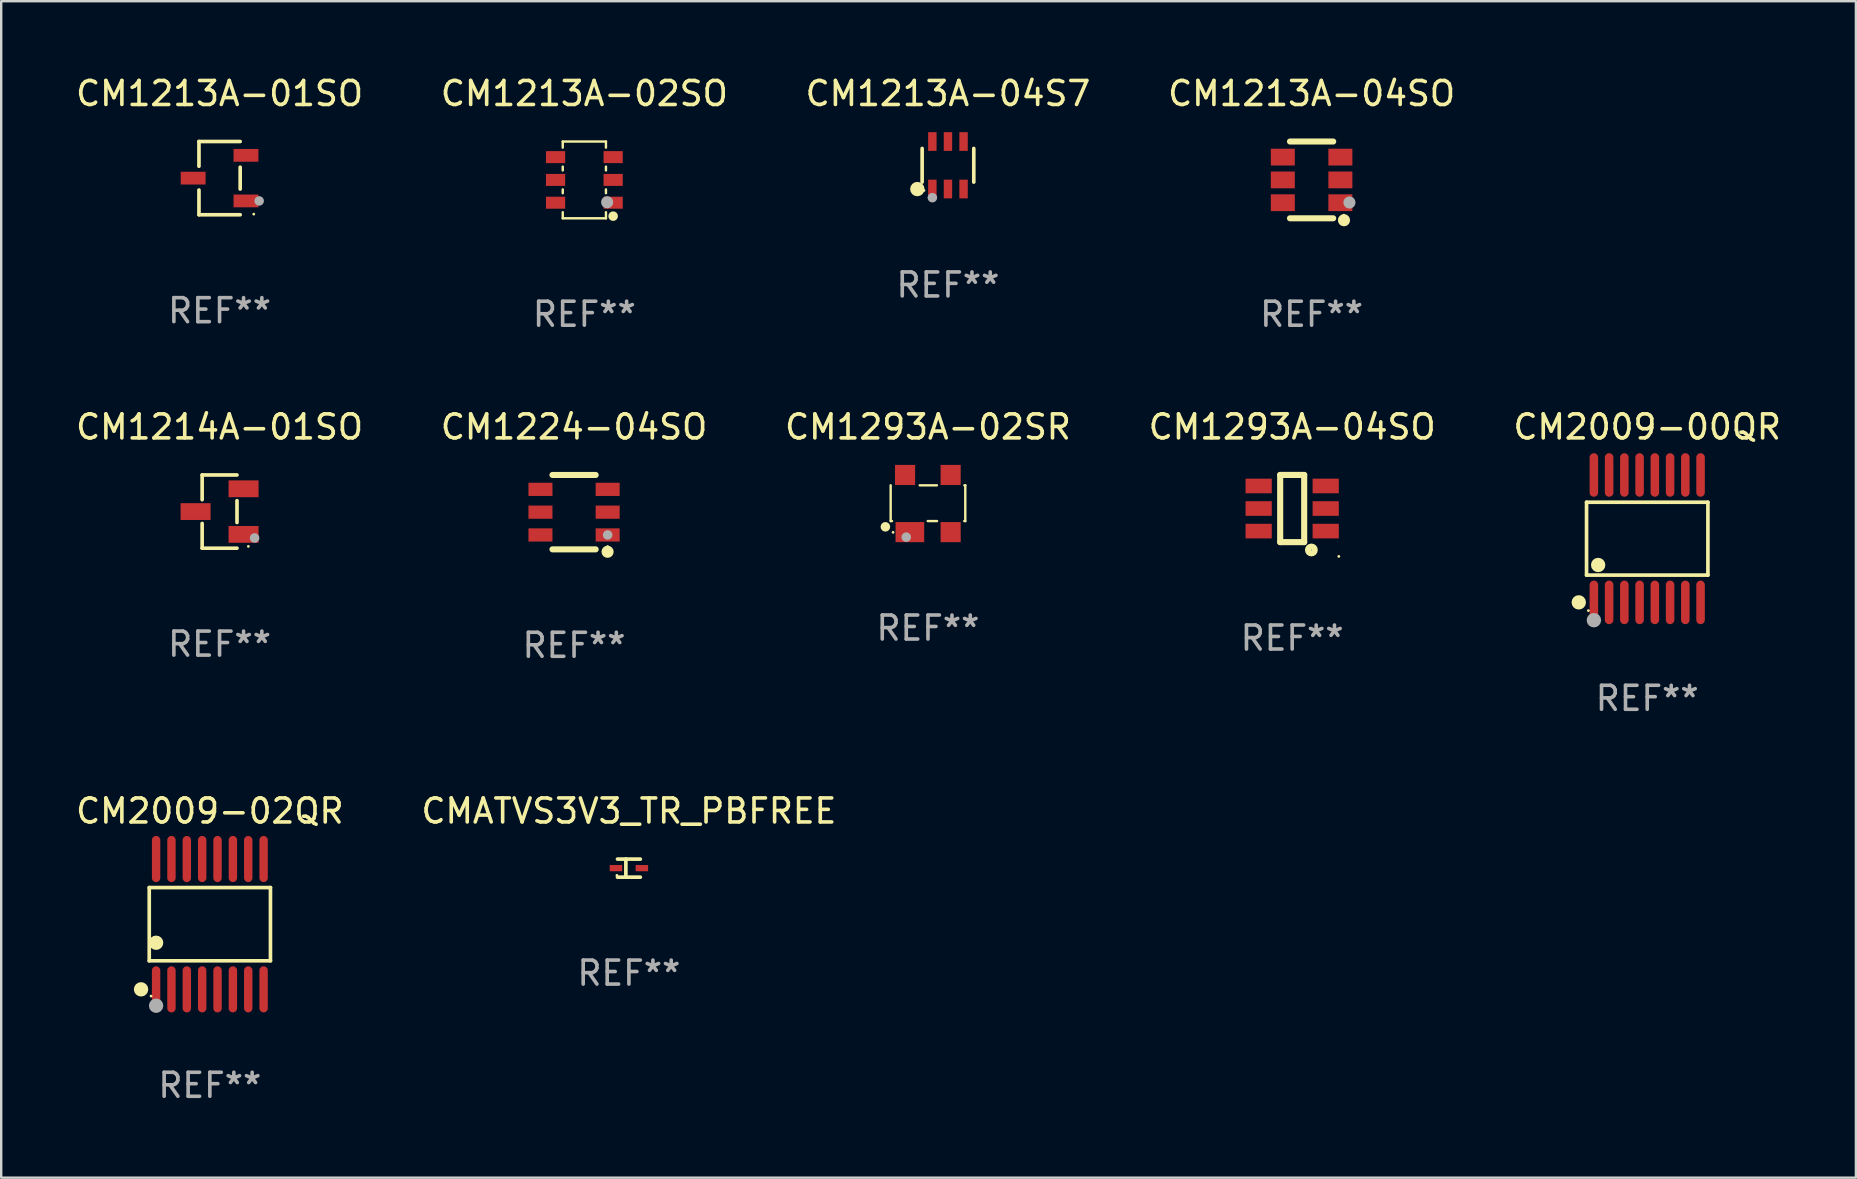
<source format=kicad_pcb>
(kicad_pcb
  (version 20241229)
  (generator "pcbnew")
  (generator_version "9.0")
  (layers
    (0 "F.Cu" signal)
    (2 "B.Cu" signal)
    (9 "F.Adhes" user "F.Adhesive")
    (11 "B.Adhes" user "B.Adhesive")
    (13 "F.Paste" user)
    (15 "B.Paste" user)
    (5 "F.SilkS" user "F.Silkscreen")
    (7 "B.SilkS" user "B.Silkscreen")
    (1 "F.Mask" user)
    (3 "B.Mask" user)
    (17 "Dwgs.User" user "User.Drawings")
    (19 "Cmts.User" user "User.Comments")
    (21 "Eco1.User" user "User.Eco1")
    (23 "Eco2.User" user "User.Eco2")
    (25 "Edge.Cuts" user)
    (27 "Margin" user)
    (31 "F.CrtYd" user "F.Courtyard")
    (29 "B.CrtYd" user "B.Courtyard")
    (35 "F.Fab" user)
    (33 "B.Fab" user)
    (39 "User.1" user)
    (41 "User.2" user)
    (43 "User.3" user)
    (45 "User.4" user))
  (footprint "CM1293A-02SR"
    (layer "F.Cu")
    (at 35.625 17.936)
    (property "Reference" "CM1293A-02SR" (at 0 -3.191 0) (layer "F.SilkS") (effects (font (size 1 1) (thickness 0.15))))
    (attr through_hole)
    (fp_line (start -1.555 0.73) (end -1.555 -0.76) (stroke (width 0.1) (type solid)) (layer "F.SilkS"))
    (fp_line (start -1.5 0.73) (end -1.555 0.73) (stroke (width 0.1) (type solid)) (layer "F.SilkS"))
    (fp_line (start -0.345 -0.76) (end 0.372 -0.76) (stroke (width 0.1) (type solid)) (layer "F.SilkS"))
    (fp_line (start 0.378 0.73) (end -0.01 0.73) (stroke (width 0.1) (type solid)) (layer "F.SilkS"))
    (fp_line (start 1.518 -0.76) (end 1.555 -0.76) (stroke (width 0.1) (type solid)) (layer "F.SilkS"))
    (fp_line (start 1.555 -0.76) (end 1.555 0.73) (stroke (width 0.1) (type solid)) (layer "F.SilkS"))
    (fp_line (start 1.555 0.73) (end 1.512 0.73) (stroke (width 0.1) (type solid)) (layer "F.SilkS"))
    (fp_circle (center -1.775 0.97) (end -1.675 0.97) (stroke (width 0.2) (type solid)) (fill no) (layer "F.SilkS"))
    (fp_circle (center -1.455 1.2) (end -1.425 1.2) (stroke (width 0.06) (type solid)) (fill no) (layer "F.SilkS"))
    (fp_circle (center -0.905 1.4) (end -0.805 1.4) (stroke (width 0.2) (type solid)) (fill no) (layer "F.Fab"))
    (fp_text user "REF**" (at 0 5.191 0) (layer "F.Fab") (effects (font (size 1 1) (thickness 0.15))))
    (pad "1" smd rect (at -0.755 1.191) (size 1.194 0.838) (layers "F.Cu" "F.Mask" "F.Paste"))
    (pad "2" smd rect (at 0.945 1.191) (size 0.838 0.838) (layers "F.Cu" "F.Mask" "F.Paste"))
    (pad "3" smd rect (at 0.945 -1.191) (size 0.838 0.838) (layers "F.Cu" "F.Mask" "F.Paste"))
    (pad "4" smd rect (at -0.955 -1.191) (size 0.838 0.838) (layers "F.Cu" "F.Mask" "F.Paste")))
  (footprint "CM1224-04SO"
    (layer "F.Cu")
    (at 20.875 18.295)
    (property "Reference" "CM1224-04SO" (at 0 -3.55 0) (layer "F.SilkS") (effects (font (size 1 1) (thickness 0.15))))
    (attr through_hole)
    (fp_line (start -0.9 -1.55) (end 0.9 -1.55) (stroke (width 0.254) (type solid)) (layer "F.SilkS"))
    (fp_line (start -0.9 1.55) (end 0.9 1.55) (stroke (width 0.254) (type solid)) (layer "F.SilkS"))
    (fp_circle (center 1.397 1.651) (end 1.524 1.651) (stroke (width 0.254) (type solid)) (fill no) (layer "F.SilkS"))
    (fp_circle (center 1.4 1.435) (end 1.43 1.435) (stroke (width 0.06) (type solid)) (fill no) (layer "F.SilkS"))
    (fp_circle (center 1.4 0.95) (end 1.5 0.95) (stroke (width 0.2) (type solid)) (fill no) (layer "F.Fab"))
    (fp_text user "REF**" (at 0 5.55 0) (layer "F.Fab") (effects (font (size 1 1) (thickness 0.15))))
    (pad "1" smd rect (at 1.4 0.95) (size 1 0.55) (layers "F.Cu" "F.Mask" "F.Paste"))
    (pad "2" smd rect (at 1.4 -0.000102) (size 1 0.55) (layers "F.Cu" "F.Mask" "F.Paste"))
    (pad "3" smd rect (at 1.4 -0.95) (size 1 0.55) (layers "F.Cu" "F.Mask" "F.Paste"))
    (pad "4" smd rect (at -1.4 -0.95) (size 1 0.55) (layers "F.Cu" "F.Mask" "F.Paste"))
    (pad "5" smd rect (at -1.4 -0.000102) (size 1 0.55) (layers "F.Cu" "F.Mask" "F.Paste"))
    (pad "6" smd rect (at -1.4 0.95) (size 1 0.55) (layers "F.Cu" "F.Mask" "F.Paste")))
  (footprint "CM1293A-04SO"
    (layer "F.Cu")
    (at 50.804 18.144)
    (property "Reference" "CM1293A-04SO" (at 0 -3.4 0) (layer "F.SilkS") (effects (font (size 1 1) (thickness 0.15))))
    (attr through_hole)
    (fp_line (start -0.5 -1.4) (end -0.5 1.4) (stroke (width 0.254) (type solid)) (layer "F.SilkS"))
    (fp_line (start -0.5 1.4) (end 0.5 1.4) (stroke (width 0.254) (type solid)) (layer "F.SilkS"))
    (fp_line (start 0.5 -1.4) (end -0.5 -1.4) (stroke (width 0.254) (type solid)) (layer "F.SilkS"))
    (fp_line (start 0.5 1.4) (end 0.5 -1.4) (stroke (width 0.254) (type solid)) (layer "F.SilkS"))
    (fp_circle (center 0.8 1.727) (end 0.941 1.727) (stroke (width 0.254) (type solid)) (fill no) (layer "F.SilkS"))
    (fp_circle (center 1.943 1.995) (end 1.973 1.995) (stroke (width 0.06) (type solid)) (fill no) (layer "F.SilkS"))
    (fp_text user "REF**" (at 0 5.4 0) (layer "F.Fab") (effects (font (size 1 1) (thickness 0.15))))
    (pad "1" smd rect (at 1.397 0.94 270) (size 0.61 1.092) (layers "F.Cu" "F.Mask" "F.Paste"))
    (pad "2" smd rect (at 1.397 0 270) (size 0.61 1.092) (layers "F.Cu" "F.Mask" "F.Paste"))
    (pad "3" smd rect (at 1.397 -0.94 270) (size 0.61 1.092) (layers "F.Cu" "F.Mask" "F.Paste"))
    (pad "4" smd rect (at -1.397 -0.94 270) (size 0.61 1.092) (layers "F.Cu" "F.Mask" "F.Paste"))
    (pad "5" smd rect (at -1.397 0 270) (size 0.61 1.092) (layers "F.Cu" "F.Mask" "F.Paste"))
    (pad "6" smd rect (at -1.397 0.94 270) (size 0.61 1.092) (layers "F.Cu" "F.Mask" "F.Paste")))
  (footprint "CMATVS3V3_TR_PBFREE"
    (layer "F.Cu")
    (at 23.161 33.129)
    (property "Reference" "CMATVS3V3_TR_PBFREE" (at 0 -2.379 0) (layer "F.SilkS") (effects (font (size 1 1) (thickness 0.15))))
    (attr through_hole)
    (fp_line (start -0.476 -0.374) (end 0.476 -0.374) (stroke (width 0.152) (type solid)) (layer "F.SilkS"))
    (fp_line (start -0.476 0.379) (end 0.476 0.379) (stroke (width 0.152) (type solid)) (layer "F.SilkS"))
    (fp_line (start -0.127 -0.379) (end -0.127 0.374) (stroke (width 0.152) (type solid)) (layer "F.SilkS"))
    (fp_circle (center -0.5 0.302) (end -0.47 0.302) (stroke (width 0.06) (type solid)) (fill no) (layer "F.SilkS"))
    (fp_text user "REF**" (at 0 4.379 0) (layer "F.Fab") (effects (font (size 1 1) (thickness 0.15))))
    (pad "1" smd rect (at -0.54 0.002 180) (size 0.52 0.26) (layers "F.Cu" "F.Mask" "F.Paste"))
    (pad "2" smd rect (at 0.54 0.002 180) (size 0.52 0.26) (layers "F.Cu" "F.Mask" "F.Paste")))
  (footprint "CM1213A-04SO"
    (layer "F.Cu")
    (at 51.613 4.448)
    (property "Reference" "CM1213A-04SO" (at 0 -3.6 0) (layer "F.SilkS") (effects (font (size 1 1) (thickness 0.15))))
    (attr through_hole)
    (fp_line (start -0.9 -1.6) (end 0.9 -1.6) (stroke (width 0.254) (type solid)) (layer "F.SilkS"))
    (fp_line (start -0.9 1.6) (end 0.9 1.6) (stroke (width 0.254) (type solid)) (layer "F.SilkS"))
    (fp_circle (center 1.345 1.47) (end 1.375 1.47) (stroke (width 0.06) (type solid)) (fill no) (layer "F.SilkS"))
    (fp_circle (center 1.35 1.68) (end 1.477 1.68) (stroke (width 0.254) (type solid)) (fill no) (layer "F.SilkS"))
    (fp_circle (center 1.577 0.942) (end 1.704 0.942) (stroke (width 0.254) (type solid)) (fill no) (layer "F.Fab"))
    (fp_text user "REF**" (at 0 5.6 0) (layer "F.Fab") (effects (font (size 1 1) (thickness 0.15))))
    (pad "1" smd rect (at 1.2 0.95) (size 1 0.7) (layers "F.Cu" "F.Mask" "F.Paste"))
    (pad "2" smd rect (at 1.2 0.000102) (size 1 0.7) (layers "F.Cu" "F.Mask" "F.Paste"))
    (pad "3" smd rect (at 1.2 -0.95) (size 1 0.7) (layers "F.Cu" "F.Mask" "F.Paste"))
    (pad "4" smd rect (at -1.2 -0.95) (size 1 0.7) (layers "F.Cu" "F.Mask" "F.Paste"))
    (pad "5" smd rect (at -1.2 0.000102) (size 1 0.7) (layers "F.Cu" "F.Mask" "F.Paste"))
    (pad "6" smd rect (at -1.2 0.95) (size 1 0.7) (layers "F.Cu" "F.Mask" "F.Paste")))
  (footprint "CM1213A-01SO"
    (layer "F.Cu")
    (at 6.101 4.374)
    (property "Reference" "CM1213A-01SO" (at 0 -3.526 0) (layer "F.SilkS") (effects (font (size 1 1) (thickness 0.15))))
    (attr through_hole)
    (fp_line (start -0.859 -1.526) (end -0.859 -0.495) (stroke (width 0.152) (type solid)) (layer "F.SilkS"))
    (fp_line (start -0.859 1.526) (end -0.859 0.495) (stroke (width 0.152) (type solid)) (layer "F.SilkS"))
    (fp_line (start 0.859 -1.526) (end -0.859 -1.526) (stroke (width 0.152) (type solid)) (layer "F.SilkS"))
    (fp_line (start 0.859 -0.455) (end 0.859 0.455) (stroke (width 0.152) (type solid)) (layer "F.SilkS"))
    (fp_line (start 0.859 1.526) (end -0.859 1.526) (stroke (width 0.152) (type solid)) (layer "F.SilkS"))
    (fp_circle (center 1.425 1.5) (end 1.455 1.5) (stroke (width 0.06) (type solid)) (fill no) (layer "F.SilkS"))
    (fp_circle (center 1.65 0.95) (end 1.75 0.95) (stroke (width 0.2) (type solid)) (fill no) (layer "F.Fab"))
    (fp_text user "REF**" (at 0 5.526 0) (layer "F.Fab") (effects (font (size 1 1) (thickness 0.15))))
    (pad "1" smd rect (at 1.101 0.95) (size 1.037 0.532) (layers "F.Cu" "F.Mask" "F.Paste"))
    (pad "2" smd rect (at 1.101 -0.95) (size 1.037 0.532) (layers "F.Cu" "F.Mask" "F.Paste"))
    (pad "3" smd rect (at -1.101 0) (size 1.037 0.532) (layers "F.Cu" "F.Mask" "F.Paste")))
  (footprint "CM2009-00QR"
    (layer "F.Cu")
    (at 65.601 19.4)
    (property "Reference" "CM2009-00QR" (at 0 -4.655 0) (layer "F.SilkS") (effects (font (size 1 1) (thickness 0.15))))
    (attr through_hole)
    (fp_line (start -2.529 -1.519) (end 2.529 -1.519) (stroke (width 0.152) (type solid)) (layer "F.SilkS"))
    (fp_line (start -2.529 1.519) (end -2.529 -1.519) (stroke (width 0.152) (type solid)) (layer "F.SilkS"))
    (fp_line (start 2.529 -1.519) (end 2.529 1.519) (stroke (width 0.152) (type solid)) (layer "F.SilkS"))
    (fp_line (start 2.529 1.519) (end -2.529 1.519) (stroke (width 0.152) (type solid)) (layer "F.SilkS"))
    (fp_circle (center -2.853 2.655) (end -2.703 2.655) (stroke (width 0.3) (type solid)) (fill no) (layer "F.SilkS"))
    (fp_circle (center -2.453 2.998) (end -2.423 2.998) (stroke (width 0.06) (type solid)) (fill no) (layer "F.SilkS"))
    (fp_circle (center -2.045 1.097) (end -1.895 1.097) (stroke (width 0.3) (type solid)) (fill no) (layer "F.SilkS"))
    (fp_circle (center -2.223 3.398) (end -2.072 3.398) (stroke (width 0.3) (type solid)) (fill no) (layer "F.Fab"))
    (fp_text user "REF**" (at 0 6.655 0) (layer "F.Fab") (effects (font (size 1 1) (thickness 0.15))))
    (pad "1" smd oval (at -2.223 2.655) (size 0.356 1.815) (layers "F.Cu" "F.Mask" "F.Paste"))
    (pad "2" smd oval (at -1.588 2.655) (size 0.356 1.815) (layers "F.Cu" "F.Mask" "F.Paste"))
    (pad "3" smd oval (at -0.953 2.655) (size 0.356 1.815) (layers "F.Cu" "F.Mask" "F.Paste"))
    (pad "4" smd oval (at -0.318 2.655) (size 0.356 1.815) (layers "F.Cu" "F.Mask" "F.Paste"))
    (pad "5" smd oval (at 0.318 2.655) (size 0.356 1.815) (layers "F.Cu" "F.Mask" "F.Paste"))
    (pad "6" smd oval (at 0.953 2.655) (size 0.356 1.815) (layers "F.Cu" "F.Mask" "F.Paste"))
    (pad "7" smd oval (at 1.588 2.655) (size 0.356 1.815) (layers "F.Cu" "F.Mask" "F.Paste"))
    (pad "8" smd oval (at 2.223 2.655) (size 0.356 1.815) (layers "F.Cu" "F.Mask" "F.Paste"))
    (pad "9" smd oval (at 2.223 -2.655) (size 0.356 1.815) (layers "F.Cu" "F.Mask" "F.Paste"))
    (pad "10" smd oval (at 1.588 -2.655) (size 0.356 1.815) (layers "F.Cu" "F.Mask" "F.Paste"))
    (pad "11" smd oval (at 0.953 -2.655) (size 0.356 1.815) (layers "F.Cu" "F.Mask" "F.Paste"))
    (pad "12" smd oval (at 0.318 -2.655) (size 0.356 1.815) (layers "F.Cu" "F.Mask" "F.Paste"))
    (pad "13" smd oval (at -0.318 -2.655) (size 0.356 1.815) (layers "F.Cu" "F.Mask" "F.Paste"))
    (pad "14" smd oval (at -0.953 -2.655) (size 0.356 1.815) (layers "F.Cu" "F.Mask" "F.Paste"))
    (pad "15" smd oval (at -1.588 -2.655) (size 0.356 1.815) (layers "F.Cu" "F.Mask" "F.Paste"))
    (pad "16" smd oval (at -2.223 -2.655) (size 0.356 1.815) (layers "F.Cu" "F.Mask" "F.Paste")))
  (footprint "CM1213A-04S7"
    (layer "F.Cu")
    (at 36.458 3.838)
    (property "Reference" "CM1213A-04S7" (at 0 -2.99 0) (layer "F.SilkS") (effects (font (size 1 1) (thickness 0.15))))
    (attr through_hole)
    (fp_line (start -1.076 0.701) (end -1.076 -0.701) (stroke (width 0.152) (type solid)) (layer "F.SilkS"))
    (fp_line (start 1.076 0.701) (end 1.076 -0.701) (stroke (width 0.152) (type solid)) (layer "F.SilkS"))
    (fp_circle (center -1.277 0.992) (end -1.127 0.992) (stroke (width 0.3) (type solid)) (fill no) (layer "F.SilkS"))
    (fp_circle (center -1 1.05) (end -0.97 1.05) (stroke (width 0.06) (type solid)) (fill no) (layer "F.SilkS"))
    (fp_circle (center -0.65 1.35) (end -0.55 1.35) (stroke (width 0.2) (type solid)) (fill no) (layer "F.Fab"))
    (fp_text user "REF**" (at 0 4.99 0) (layer "F.Fab") (effects (font (size 1 1) (thickness 0.15))))
    (pad "1" smd rect (at -0.65 0.99) (size 0.35 0.78) (layers "F.Cu" "F.Mask" "F.Paste"))
    (pad "2" smd rect (at 0 0.99) (size 0.35 0.78) (layers "F.Cu" "F.Mask" "F.Paste"))
    (pad "3" smd rect (at 0.65 0.99) (size 0.35 0.78) (layers "F.Cu" "F.Mask" "F.Paste"))
    (pad "4" smd rect (at 0.65 -0.99) (size 0.35 0.78) (layers "F.Cu" "F.Mask" "F.Paste"))
    (pad "5" smd rect (at 0 -0.99) (size 0.35 0.78) (layers "F.Cu" "F.Mask" "F.Paste"))
    (pad "6" smd rect (at -0.65 -0.99) (size 0.35 0.78) (layers "F.Cu" "F.Mask" "F.Paste")))
  (footprint "CM1214A-01SO"
    (layer "F.Cu")
    (at 6.101 18.271)
    (property "Reference" "CM1214A-01SO" (at 0 -3.526 0) (layer "F.SilkS") (effects (font (size 1 1) (thickness 0.15))))
    (attr through_hole)
    (fp_line (start -0.726 -1.526) (end -0.726 -0.495) (stroke (width 0.152) (type solid)) (layer "F.SilkS"))
    (fp_line (start -0.726 1.526) (end -0.726 0.495) (stroke (width 0.152) (type solid)) (layer "F.SilkS"))
    (fp_line (start 0.726 -1.526) (end -0.726 -1.526) (stroke (width 0.152) (type solid)) (layer "F.SilkS"))
    (fp_line (start 0.726 -0.455) (end 0.726 0.455) (stroke (width 0.152) (type solid)) (layer "F.SilkS"))
    (fp_line (start 0.726 1.526) (end -0.726 1.526) (stroke (width 0.152) (type solid)) (layer "F.SilkS"))
    (fp_circle (center 1.2 1.45) (end 1.23 1.45) (stroke (width 0.06) (type solid)) (fill no) (layer "F.SilkS"))
    (fp_circle (center 1.46 1.1) (end 1.56 1.1) (stroke (width 0.2) (type solid)) (fill no) (layer "F.Fab"))
    (fp_text user "REF**" (at 0 5.526 0) (layer "F.Fab") (effects (font (size 1 1) (thickness 0.15))))
    (pad "1" smd rect (at 1 0.95) (size 1.25 0.7) (layers "F.Cu" "F.Mask" "F.Paste"))
    (pad "2" smd rect (at 1 -0.95) (size 1.25 0.7) (layers "F.Cu" "F.Mask" "F.Paste"))
    (pad "3" smd rect (at -1 0) (size 1.25 0.7) (layers "F.Cu" "F.Mask" "F.Paste")))
  (footprint "CM1213A-02SO"
    (layer "F.Cu")
    (at 21.304 4.448)
    (property "Reference" "CM1213A-02SO" (at 0 -3.6 0) (layer "F.SilkS") (effects (font (size 1 1) (thickness 0.15))))
    (attr through_hole)
    (fp_line (start -0.9 -1.6) (end 0.9 -1.6) (stroke (width 0.101) (type solid)) (layer "F.SilkS"))
    (fp_line (start -0.9 -1.346) (end -0.9 -1.6) (stroke (width 0.101) (type solid)) (layer "F.SilkS"))
    (fp_line (start -0.9 -0.396) (end -0.9 -0.554) (stroke (width 0.101) (type solid)) (layer "F.SilkS"))
    (fp_line (start -0.9 0.554) (end -0.9 0.396) (stroke (width 0.101) (type solid)) (layer "F.SilkS"))
    (fp_line (start -0.9 1.6) (end -0.9 1.346) (stroke (width 0.101) (type solid)) (layer "F.SilkS"))
    (fp_line (start -0.9 1.6) (end 0.9 1.6) (stroke (width 0.101) (type solid)) (layer "F.SilkS"))
    (fp_line (start 0.9 -1.346) (end 0.9 -1.6) (stroke (width 0.101) (type solid)) (layer "F.SilkS"))
    (fp_line (start 0.9 -0.396) (end 0.9 -0.554) (stroke (width 0.101) (type solid)) (layer "F.SilkS"))
    (fp_line (start 0.9 0.554) (end 0.9 0.396) (stroke (width 0.101) (type solid)) (layer "F.SilkS"))
    (fp_line (start 0.9 1.6) (end 0.9 1.346) (stroke (width 0.101) (type solid)) (layer "F.SilkS"))
    (fp_circle (center 1.2 1.51) (end 1.3 1.51) (stroke (width 0.2) (type solid)) (fill no) (layer "F.SilkS"))
    (fp_circle (center 1.25 1.45) (end 1.28 1.45) (stroke (width 0.06) (type solid)) (fill no) (layer "F.SilkS"))
    (fp_circle (center 0.95 0.93) (end 1.077 0.93) (stroke (width 0.254) (type solid)) (fill no) (layer "F.Fab"))
    (fp_text user "REF**" (at 0 5.6 0) (layer "F.Fab") (effects (font (size 1 1) (thickness 0.15))))
    (pad "1" smd rect (at 1.2 0.95 90) (size 0.5 0.8) (layers "F.Cu" "F.Mask" "F.Paste"))
    (pad "2" smd rect (at 1.2 0 90) (size 0.5 0.8) (layers "F.Cu" "F.Mask" "F.Paste"))
    (pad "3" smd rect (at 1.2 -0.95 90) (size 0.5 0.8) (layers "F.Cu" "F.Mask" "F.Paste"))
    (pad "4" smd rect (at -1.2 -0.95 90) (size 0.5 0.8) (layers "F.Cu" "F.Mask" "F.Paste"))
    (pad "5" smd rect (at -1.2 0 90) (size 0.5 0.8) (layers "F.Cu" "F.Mask" "F.Paste"))
    (pad "6" smd rect (at -1.2 0.95 90) (size 0.5 0.8) (layers "F.Cu" "F.Mask" "F.Paste")))
  (footprint "CM2009-02QR"
    (layer "F.Cu")
    (at 5.696 35.467)
    (property "Reference" "CM2009-02QR" (at 0 -4.716 0) (layer "F.SilkS") (effects (font (size 1 1) (thickness 0.15))))
    (attr through_hole)
    (fp_line (start -2.526 -1.526) (end 2.526 -1.526) (stroke (width 0.152) (type solid)) (layer "F.SilkS"))
    (fp_line (start -2.526 1.526) (end -2.526 -1.526) (stroke (width 0.152) (type solid)) (layer "F.SilkS"))
    (fp_line (start 2.526 -1.526) (end 2.526 1.526) (stroke (width 0.152) (type solid)) (layer "F.SilkS"))
    (fp_line (start 2.526 1.526) (end -2.526 1.526) (stroke (width 0.152) (type solid)) (layer "F.SilkS"))
    (fp_circle (center -2.867 2.716) (end -2.717 2.716) (stroke (width 0.3) (type solid)) (fill no) (layer "F.SilkS"))
    (fp_circle (center -2.45 2.997) (end -2.42 2.997) (stroke (width 0.06) (type solid)) (fill no) (layer "F.SilkS"))
    (fp_circle (center -2.24 0.774) (end -2.09 0.774) (stroke (width 0.3) (type solid)) (fill no) (layer "F.SilkS"))
    (fp_circle (center -2.24 3.398) (end -2.09 3.398) (stroke (width 0.3) (type solid)) (fill no) (layer "F.Fab"))
    (fp_text user "REF**" (at 0 6.716 0) (layer "F.Fab") (effects (font (size 1 1) (thickness 0.15))))
    (pad "1" smd oval (at -2.24 2.716) (size 0.35 1.922) (layers "F.Cu" "F.Mask" "F.Paste"))
    (pad "2" smd oval (at -1.6 2.716) (size 0.35 1.922) (layers "F.Cu" "F.Mask" "F.Paste"))
    (pad "3" smd oval (at -0.96 2.716) (size 0.35 1.922) (layers "F.Cu" "F.Mask" "F.Paste"))
    (pad "4" smd oval (at -0.32 2.716) (size 0.35 1.922) (layers "F.Cu" "F.Mask" "F.Paste"))
    (pad "5" smd oval (at 0.32 2.716) (size 0.35 1.922) (layers "F.Cu" "F.Mask" "F.Paste"))
    (pad "6" smd oval (at 0.96 2.716) (size 0.35 1.922) (layers "F.Cu" "F.Mask" "F.Paste"))
    (pad "7" smd oval (at 1.6 2.716) (size 0.35 1.922) (layers "F.Cu" "F.Mask" "F.Paste"))
    (pad "8" smd oval (at 2.24 2.716) (size 0.35 1.922) (layers "F.Cu" "F.Mask" "F.Paste"))
    (pad "9" smd oval (at 2.24 -2.716) (size 0.35 1.922) (layers "F.Cu" "F.Mask" "F.Paste"))
    (pad "10" smd oval (at 1.6 -2.716) (size 0.35 1.922) (layers "F.Cu" "F.Mask" "F.Paste"))
    (pad "11" smd oval (at 0.96 -2.716) (size 0.35 1.922) (layers "F.Cu" "F.Mask" "F.Paste"))
    (pad "12" smd oval (at 0.32 -2.716) (size 0.35 1.922) (layers "F.Cu" "F.Mask" "F.Paste"))
    (pad "13" smd oval (at -0.32 -2.716) (size 0.35 1.922) (layers "F.Cu" "F.Mask" "F.Paste"))
    (pad "14" smd oval (at -0.96 -2.716) (size 0.35 1.922) (layers "F.Cu" "F.Mask" "F.Paste"))
    (pad "15" smd oval (at -1.6 -2.716) (size 0.35 1.922) (layers "F.Cu" "F.Mask" "F.Paste"))
    (pad "16" smd oval (at -2.24 -2.716) (size 0.35 1.922) (layers "F.Cu" "F.Mask" "F.Paste")))
  (gr_rect
    (start -3 -3)
    (end 74.298 46.031)
    (stroke (width 0.1) (type default))
    (fill no)
    (layer "Edge.Cuts")))
</source>
